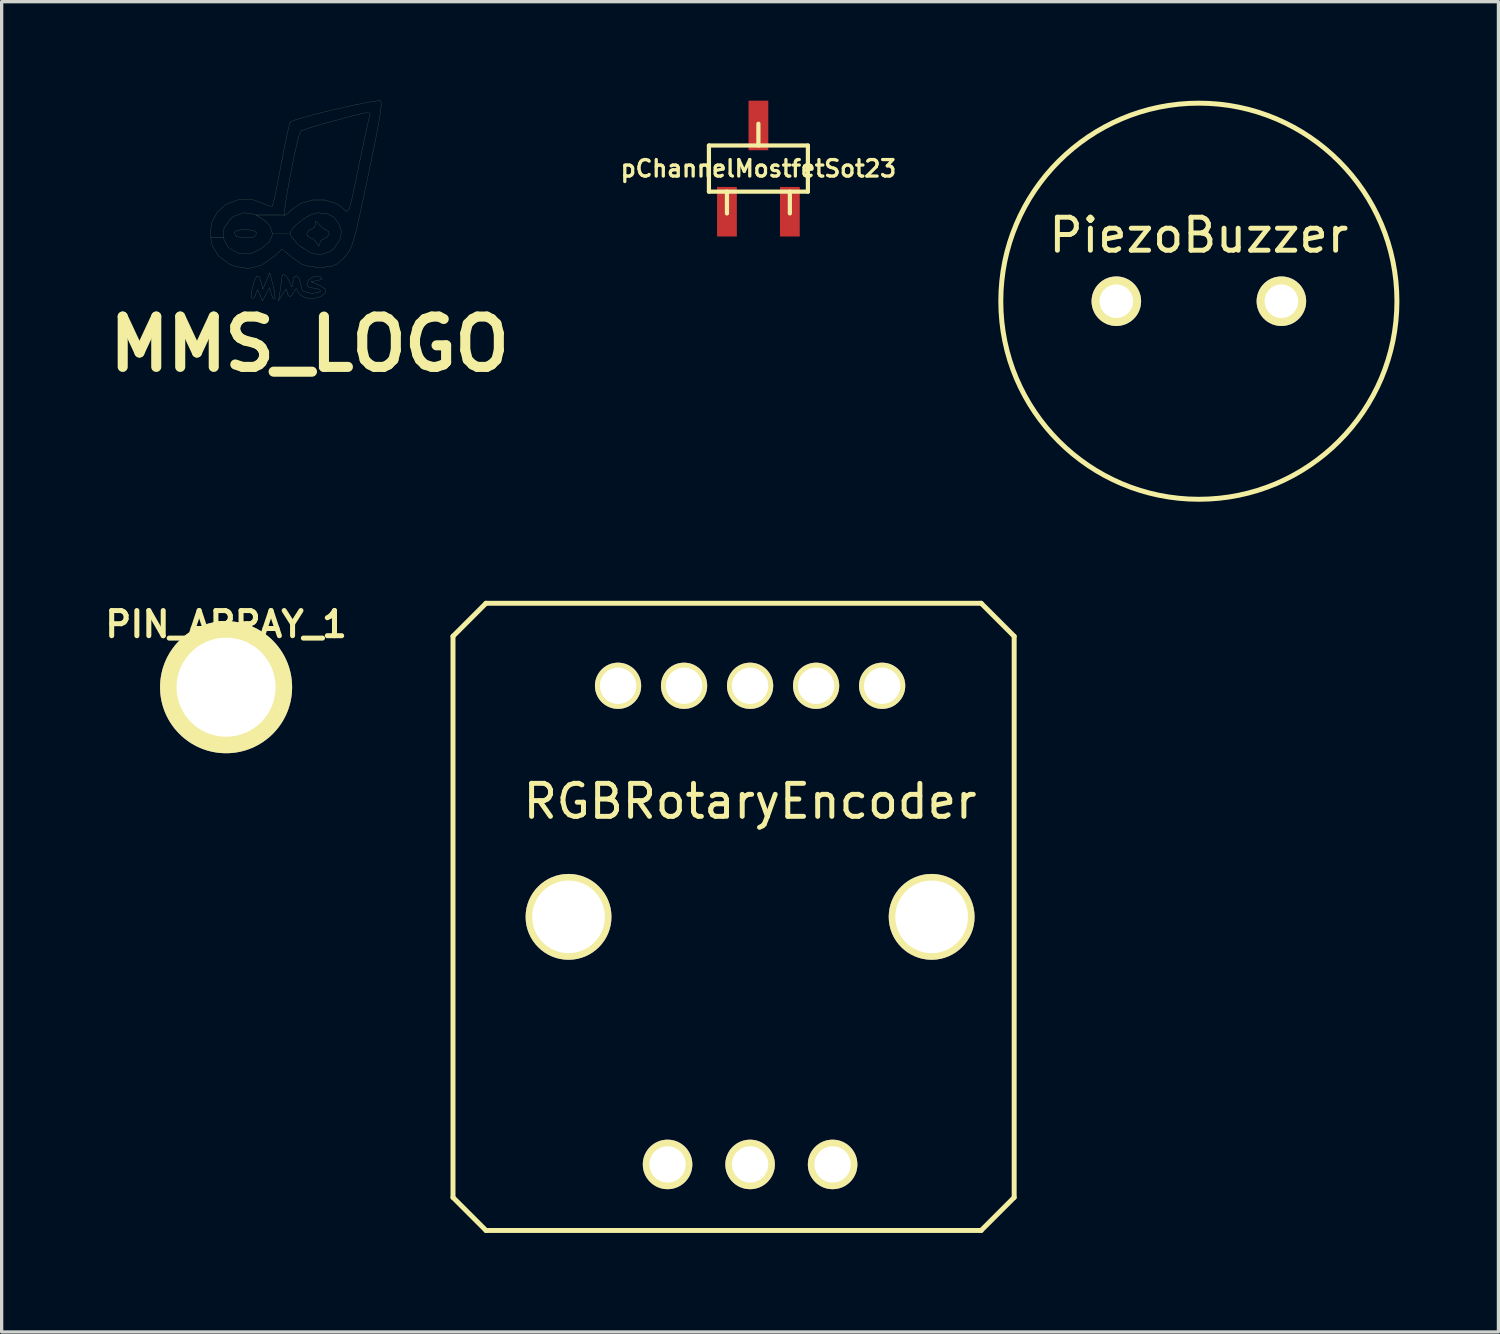
<source format=kicad_pcb>
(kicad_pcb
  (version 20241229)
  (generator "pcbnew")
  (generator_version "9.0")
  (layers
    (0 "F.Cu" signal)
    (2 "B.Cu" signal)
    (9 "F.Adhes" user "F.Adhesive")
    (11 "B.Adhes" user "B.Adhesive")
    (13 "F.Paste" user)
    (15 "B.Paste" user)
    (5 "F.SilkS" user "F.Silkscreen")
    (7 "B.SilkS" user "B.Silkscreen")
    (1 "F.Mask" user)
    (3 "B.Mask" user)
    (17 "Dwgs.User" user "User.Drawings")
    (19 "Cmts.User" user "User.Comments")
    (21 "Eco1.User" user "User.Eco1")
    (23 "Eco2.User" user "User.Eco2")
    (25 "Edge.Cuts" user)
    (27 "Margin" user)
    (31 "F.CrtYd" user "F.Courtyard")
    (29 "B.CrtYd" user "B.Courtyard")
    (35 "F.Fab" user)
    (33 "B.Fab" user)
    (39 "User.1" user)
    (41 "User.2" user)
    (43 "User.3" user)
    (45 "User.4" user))
  (footprint "pChannelMostfetSot23"
    (layer "F.Cu")
    (at 19.925 2.057)
    (property "Reference" "pChannelMostfetSot23" (at 0 0 0) (layer "F.SilkS") (effects (font (size 0.5 0.5) (thickness 0.099))))
    (attr smd)
    (fp_line (start -1.499 -0.699) (end 1.499 -0.699) (stroke (width 0.127) (type solid)) (layer "F.SilkS"))
    (fp_line (start -1.499 0.699) (end -1.499 -0.699) (stroke (width 0.127) (type solid)) (layer "F.SilkS"))
    (fp_line (start -0.953 0.699) (end -0.953 1.359) (stroke (width 0.127) (type solid)) (layer "F.SilkS"))
    (fp_line (start 0 -0.699) (end 0 -1.359) (stroke (width 0.127) (type solid)) (layer "F.SilkS"))
    (fp_line (start 0.953 0.699) (end 0.953 1.359) (stroke (width 0.127) (type solid)) (layer "F.SilkS"))
    (fp_line (start 1.499 -0.699) (end 1.499 0.699) (stroke (width 0.127) (type solid)) (layer "F.SilkS"))
    (fp_line (start 1.499 0.699) (end -1.499 0.699) (stroke (width 0.127) (type solid)) (layer "F.SilkS"))
    (pad "D" smd rect (at 0 -1.307) (size 0.599 1.501) (layers "F.Cu" "F.Mask" "F.Paste"))
    (pad "G" smd rect (at -0.953 1.307) (size 0.599 1.501) (layers "F.Cu" "F.Mask" "F.Paste"))
    (pad "S" smd rect (at 0.953 1.307) (size 0.599 1.501) (layers "F.Cu" "F.Mask" "F.Paste")))
  (footprint "PIN_ARRAY_1"
    (layer "F.Cu")
    (at 3.799 17.768)
    (property "Reference" "PIN_ARRAY_1" (at 0 -1.905 0) (layer "F.SilkS") (effects (font (size 0.762 0.762) (thickness 0.152))))
    (fp_line (start -1.27 -1.27) (end 1.27 -1.27) (stroke (width 0.152) (type solid)) (layer "F.SilkS"))
    (fp_line (start -1.27 1.27) (end -1.27 -1.27) (stroke (width 0.152) (type solid)) (layer "F.SilkS"))
    (fp_line (start 1.27 -1.27) (end 1.27 1.27) (stroke (width 0.152) (type solid)) (layer "F.SilkS"))
    (fp_line (start 1.27 1.27) (end -1.27 1.27) (stroke (width 0.152) (type solid)) (layer "F.SilkS"))
    (pad "1" thru_hole circle (at 0 0) (size 4 4) (drill 3) (layers "*.Cu" "*.Mask" "F.SilkS")))
  (footprint "PiezoBuzzer"
    (layer "F.Cu")
    (at 33.268 6.075)
    (property "Reference" "PiezoBuzzer" (at 0 -2 0) (layer "F.SilkS") (effects (font (size 1 1) (thickness 0.15))))
    (fp_circle (center 0 0) (end 6 0) (stroke (width 0.15) (type solid)) (fill no) (layer "F.SilkS"))
    (pad "1" thru_hole circle (at -2.5 0) (size 1.5 1.5) (drill 1.016) (layers "*.Cu" "*.Mask" "F.SilkS"))
    (pad "2" thru_hole circle (at 2.5 0) (size 1.5 1.5) (drill 1.016) (layers "*.Cu" "*.Mask" "F.SilkS")))
  (footprint "RGBRotaryEncoder"
    (layer "F.Cu")
    (at 19.673 32.225)
    (property "Reference" "RGBRotaryEncoder" (at 0 -11 0) (layer "F.SilkS") (effects (font (size 1 1) (thickness 0.15))))
    (fp_line (start -9 -16) (end -8 -17) (stroke (width 0.15) (type solid)) (layer "F.SilkS"))
    (fp_line (start -9 1) (end -9 -16) (stroke (width 0.15) (type solid)) (layer "F.SilkS"))
    (fp_line (start -8 -17) (end 7 -17) (stroke (width 0.15) (type solid)) (layer "F.SilkS"))
    (fp_line (start -8 2) (end -9 1) (stroke (width 0.15) (type solid)) (layer "F.SilkS"))
    (fp_line (start 7 -17) (end 8 -16) (stroke (width 0.15) (type solid)) (layer "F.SilkS"))
    (fp_line (start 7 2) (end -8 2) (stroke (width 0.15) (type solid)) (layer "F.SilkS"))
    (fp_line (start 8 -16) (end 8 1) (stroke (width 0.15) (type solid)) (layer "F.SilkS"))
    (fp_line (start 8 1) (end 7 2) (stroke (width 0.15) (type solid)) (layer "F.SilkS"))
    (pad "" thru_hole circle (at -5.5 -7.5) (size 2.6 2.6) (drill 2.2) (layers "*.Cu" "*.Mask" "F.SilkS"))
    (pad "" thru_hole circle (at 5.5 -7.5) (size 2.6 2.6) (drill 2.2) (layers "*.Cu" "*.Mask" "F.SilkS"))
    (pad "1" thru_hole circle (at -4 -14.5) (size 1.4 1.4) (drill 1.1) (layers "*.Cu" "*.Mask" "F.SilkS"))
    (pad "2" thru_hole circle (at -2 -14.5) (size 1.4 1.4) (drill 1.1) (layers "*.Cu" "*.Mask" "F.SilkS"))
    (pad "3" thru_hole circle (at 0 -14.5) (size 1.4 1.4) (drill 1.1) (layers "*.Cu" "*.Mask" "F.SilkS"))
    (pad "4" thru_hole circle (at 2 -14.5) (size 1.4 1.4) (drill 1.1) (layers "*.Cu" "*.Mask" "F.SilkS"))
    (pad "5" thru_hole circle (at 4 -14.5) (size 1.4 1.4) (drill 1.1) (layers "*.Cu" "*.Mask" "F.SilkS"))
    (pad "6" thru_hole circle (at -2.5 0) (size 1.5 1.5) (drill 1.1) (layers "*.Cu" "*.Mask" "F.SilkS"))
    (pad "7" thru_hole circle (at 0 0) (size 1.5 1.5) (drill 1.1) (layers "*.Cu" "*.Mask" "F.SilkS"))
    (pad "8" thru_hole circle (at 2.5 0) (size 1.5 1.5) (drill 1.1) (layers "*.Cu" "*.Mask" "F.SilkS")))
  (footprint "MMS_LOGO"
    (layer "F.Cu")
    (at 6.328 3.227)
    (property "Reference" "MMS_LOGO" (at 0 4.148 0) (layer "F.SilkS") (effects (font (size 1.524 1.524) (thickness 0.305))))
    (fp_poly (pts (xy -1.608 0.805) (xy -1.676 0.899) (xy -1.89 0.93) (xy -1.892 0.932) (xy -2.101 0.914) (xy -2.225 0.879) (xy -2.23 0.874) (xy -2.283 0.762) (xy -2.177 0.696) (xy -1.948 0.678) (xy -1.712 0.699) (xy -1.615 0.767) (xy -1.608 0.805)) (stroke (width 0.003) (type solid)) (fill no) (layer "F.SilkS"))
    (fp_poly (pts (xy 0.592 0.805) (xy 0.528 0.917) (xy 0.472 0.932) (xy 0.353 1.001) (xy 0.315 1.079) (xy 0.282 1.184) (xy 0.239 1.13) (xy 0.216 1.079) (xy 0.107 0.955) (xy 0.033 0.932) (xy -0.071 0.864) (xy -0.084 0.805) (xy -0.018 0.691) (xy 0.043 0.678) (xy 0.15 0.607) (xy 0.173 0.528) (xy 0.183 0.427) (xy 0.236 0.462) (xy 0.287 0.528) (xy 0.417 0.648) (xy 0.495 0.678) (xy 0.582 0.744) (xy 0.592 0.805)) (stroke (width 0.003) (type solid)) (fill no) (layer "F.SilkS"))
    (fp_poly (pts (xy -1.046 2.746) (xy -1.057 2.776) (xy -1.113 2.748) (xy -1.158 2.631) (xy -1.212 2.433) (xy -1.318 2.634) (xy -1.427 2.837) (xy -1.514 2.624) (xy -1.577 2.504) (xy -1.603 2.548) (xy -1.603 2.555) (xy -1.659 2.713) (xy -1.704 2.758) (xy -1.76 2.748) (xy -1.76 2.603) (xy -1.742 2.489) (xy -1.671 2.212) (xy -1.598 2.085) (xy -1.524 2.113) (xy -1.476 2.243) (xy -1.415 2.479) (xy -1.313 2.233) (xy -1.209 1.989) (xy -1.107 2.357) (xy -1.057 2.588) (xy -1.046 2.746)) (stroke (width 0.003) (type solid)) (fill no) (layer "F.SilkS"))
    (fp_poly (pts (xy 0.488 2.586) (xy 0.34 2.708) (xy 0.338 2.708) (xy 0.099 2.774) (xy -0.14 2.743) (xy -0.31 2.634) (xy -0.345 2.576) (xy -0.399 2.464) (xy -0.445 2.507) (xy -0.465 2.56) (xy -0.551 2.685) (xy -0.602 2.71) (xy -0.668 2.639) (xy -0.681 2.56) (xy -0.701 2.487) (xy -0.767 2.553) (xy -0.813 2.624) (xy -0.942 2.837) (xy -0.894 2.55) (xy -0.861 2.319) (xy -0.848 2.154) (xy -0.846 2.149) (xy -0.813 2.04) (xy -0.729 2.06) (xy -0.635 2.197) (xy -0.607 2.266) (xy -0.546 2.41) (xy -0.523 2.405) (xy -0.516 2.311) (xy -0.475 2.126) (xy -0.399 2.078) (xy -0.315 2.154) (xy -0.262 2.332) (xy -0.254 2.441) (xy -0.196 2.548) (xy 0 2.598) (xy 0.043 2.603) (xy 0.236 2.596) (xy 0.335 2.55) (xy 0.338 2.54) (xy 0.267 2.477) (xy 0.127 2.456) (xy -0.043 2.41) (xy -0.084 2.332) (xy -0.013 2.187) (xy 0.147 2.098) (xy 0.318 2.106) (xy 0.335 2.113) (xy 0.381 2.174) (xy 0.272 2.215) (xy 0.246 2.22) (xy 0.043 2.256) (xy 0.274 2.352) (xy 0.465 2.469) (xy 0.488 2.586)) (stroke (width 0.003) (type solid)) (fill no) (layer "F.SilkS"))
    (fp_poly (pts (xy 2.167 -3.162) (xy 2.164 -3.035) (xy 2.139 -2.827) (xy 2.088 -2.525) (xy 2.012 -2.111) (xy 1.902 -1.577) (xy 1.836 -1.255) (xy 1.836 -2.835) (xy 1.814 -2.863) (xy 1.73 -2.863) (xy 1.565 -2.832) (xy 1.295 -2.766) (xy 0.899 -2.659) (xy 0.635 -2.588) (xy 0.277 -2.489) (xy -0.02 -2.398) (xy -0.216 -2.327) (xy -0.274 -2.299) (xy -0.315 -2.197) (xy -0.373 -1.971) (xy -0.445 -1.654) (xy -0.521 -1.278) (xy -0.597 -0.881) (xy -0.668 -0.498) (xy -0.724 -0.16) (xy -0.759 0.097) (xy -0.767 0.236) (xy -0.762 0.254) (xy -0.668 0.198) (xy -0.554 0.086) (xy -0.267 -0.117) (xy 0.094 -0.218) (xy 0.475 -0.218) (xy 0.818 -0.109) (xy 0.978 0.003) (xy 1.052 0.076) (xy 1.107 0.119) (xy 1.153 0.117) (xy 1.199 0.046) (xy 1.247 -0.107) (xy 1.308 -0.366) (xy 1.389 -0.749) (xy 1.496 -1.275) (xy 1.521 -1.397) (xy 1.615 -1.847) (xy 1.702 -2.243) (xy 1.77 -2.55) (xy 1.814 -2.743) (xy 1.826 -2.784) (xy 1.836 -2.835) (xy 1.836 -1.255) (xy 1.765 -0.907) (xy 1.59 -0.089) (xy 1.537 0.155) (xy 1.433 0.625) (xy 1.346 0.958) (xy 1.267 1.194) (xy 1.184 1.361) (xy 1.082 1.494) (xy 1.026 1.552) (xy 0.965 1.605) (xy 0.965 0.739) (xy 0.892 0.513) (xy 0.734 0.297) (xy 0.518 0.193) (xy 0.249 0.17) (xy 0.051 0.221) (xy -0.185 0.353) (xy -0.404 0.526) (xy -0.554 0.699) (xy -0.592 0.805) (xy -0.533 0.922) (xy -0.384 1.092) (xy -0.295 1.176) (xy 0.028 1.382) (xy 0.34 1.44) (xy 0.617 1.349) (xy 0.734 1.25) (xy 0.922 0.98) (xy 0.965 0.739) (xy 0.965 1.605) (xy 0.841 1.714) (xy 0.66 1.793) (xy 0.409 1.819) (xy 0.302 1.821) (xy -0.003 1.801) (xy -0.231 1.727) (xy -0.467 1.567) (xy -0.495 1.544) (xy -0.838 1.27) (xy -1.074 1.491) (xy -1.12 1.521) (xy -1.12 0.813) (xy -1.199 0.572) (xy -1.344 0.409) (xy -1.664 0.213) (xy -1.991 0.168) (xy -2.296 0.277) (xy -2.418 0.376) (xy -2.593 0.648) (xy -2.616 0.927) (xy -2.487 1.184) (xy -2.403 1.262) (xy -2.103 1.415) (xy -1.786 1.405) (xy -1.471 1.262) (xy -1.212 1.044) (xy -1.12 0.813) (xy -1.12 1.521) (xy -1.458 1.76) (xy -1.854 1.859) (xy -2.266 1.791) (xy -2.456 1.707) (xy -2.769 1.466) (xy -2.951 1.153) (xy -3.012 0.808) (xy -2.962 0.465) (xy -2.802 0.155) (xy -2.537 -0.084) (xy -2.179 -0.218) (xy -2.108 -0.229) (xy -1.704 -0.221) (xy -1.445 -0.13) (xy -1.257 -0.048) (xy -1.14 -0.023) (xy -1.13 -0.028) (xy -1.1 -0.122) (xy -1.049 -0.351) (xy -0.978 -0.686) (xy -0.899 -1.097) (xy -0.861 -1.298) (xy -0.777 -1.735) (xy -0.701 -2.111) (xy -0.638 -2.393) (xy -0.594 -2.555) (xy -0.582 -2.578) (xy -0.472 -2.631) (xy -0.234 -2.705) (xy 0.097 -2.797) (xy 0.485 -2.896) (xy 0.899 -2.992) (xy 1.3 -3.084) (xy 1.661 -3.157) (xy 1.943 -3.208) (xy 2.113 -3.226) (xy 2.149 -3.221) (xy 2.167 -3.162)) (stroke (width 0.003) (type solid)) (fill no) (layer "F.SilkS")))
  (gr_rect
    (start -3 -3)
    (end 42.343 37.3)
    (stroke (width 0.1) (type default))
    (fill no)
    (layer "Edge.Cuts")))
</source>
